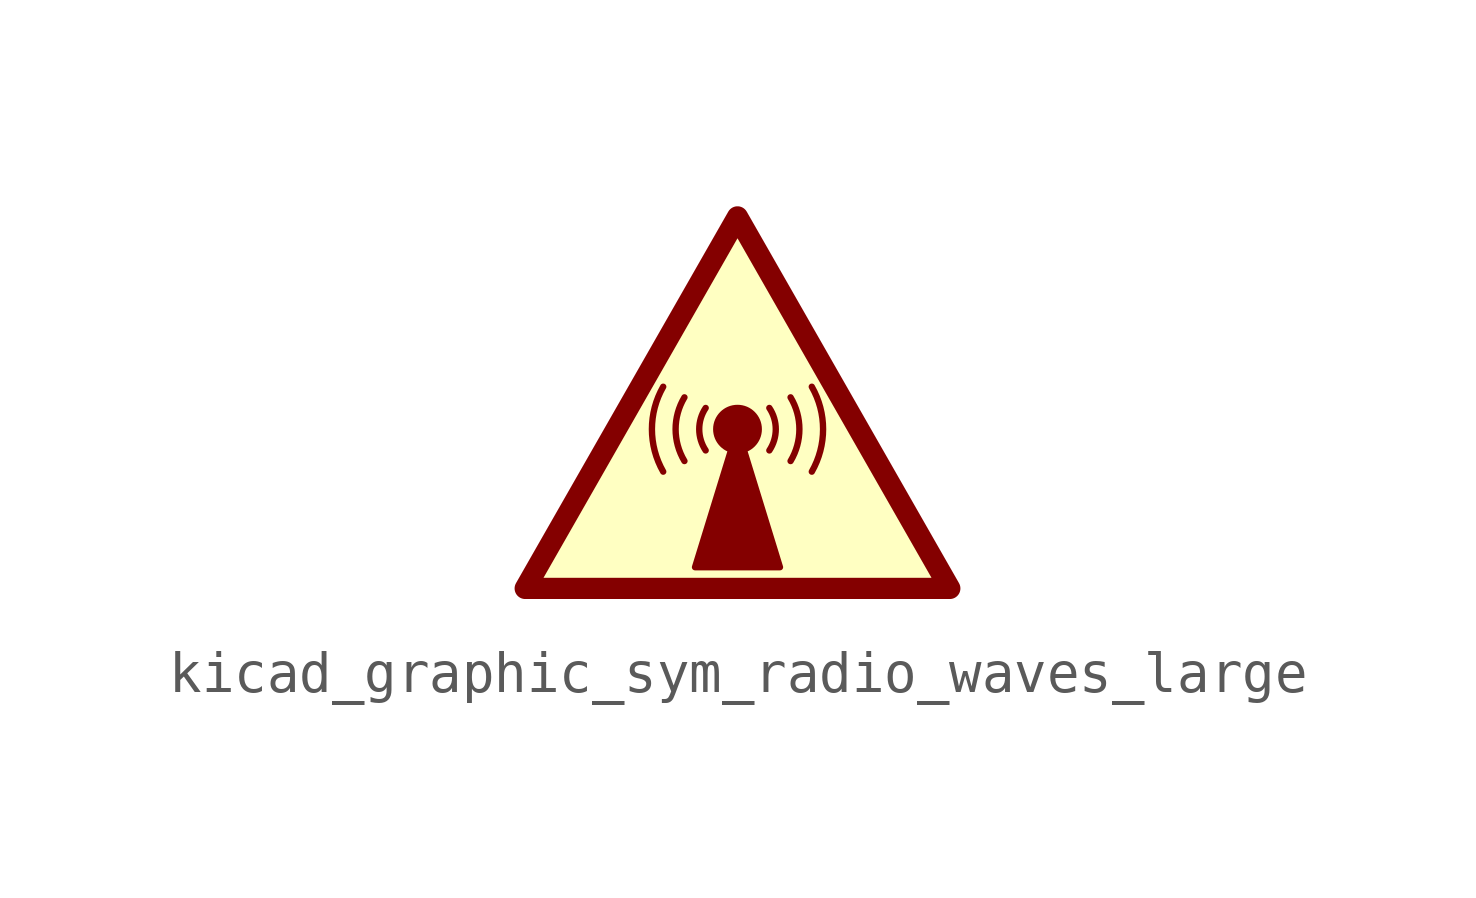
<source format=kicad_sym>
(kicad_symbol_lib
  (version 20220914)
  (generator kicad_symbol_editor)
  (symbol "kicad_graphic_sym_radio_waves_large"
    (property "Reference" "#SYM"
      (at 0 5.08 0)
      (effects (font (size 1.27 1.27)) hide))
    (symbol "kicad_graphic_sym_radio_waves_large_0_1"
      (arc (start -1.778 -0.254) (mid -2.0478 -1.27) (end -1.778 -2.286) (stroke (width 0) (type default)) (fill (type none)))
      (arc (start -1.27 -0.508) (mid -1.4811 -1.27) (end -1.27 -2.032) (stroke (width 0) (type default)) (fill (type none)))
      (arc (start -0.762 -0.762) (mid -0.9158 -1.27) (end -0.762 -1.778) (stroke (width 0) (type default)) (fill (type none)))
      (circle (center 0 -1.27) (radius 0.508) (stroke (width 0) (type default)) (fill (type outline)))
      (polyline (pts (xy -5.08 -5.08) (xy 5.08 -5.08) (xy 0 3.81) (xy -5.08 -5.08)) (stroke (width 0.508) (type default)) (fill (type background)))
      (polyline (pts (xy -1.016 -4.572) (xy 1.016 -4.572) (xy 0 -1.27) (xy -1.016 -4.572)) (stroke (width 0) (type default)) (fill (type outline)))
      (arc (start 0.762 -1.778) (mid 0.9158 -1.27) (end 0.762 -0.762) (stroke (width 0) (type default)) (fill (type none)))
      (arc (start 1.27 -2.032) (mid 1.4811 -1.27) (end 1.27 -0.508) (stroke (width 0) (type default)) (fill (type none)))
      (arc (start 1.778 -2.286) (mid 2.0478 -1.27) (end 1.778 -0.254) (stroke (width 0) (type default)) (fill (type none))))))
</source>
